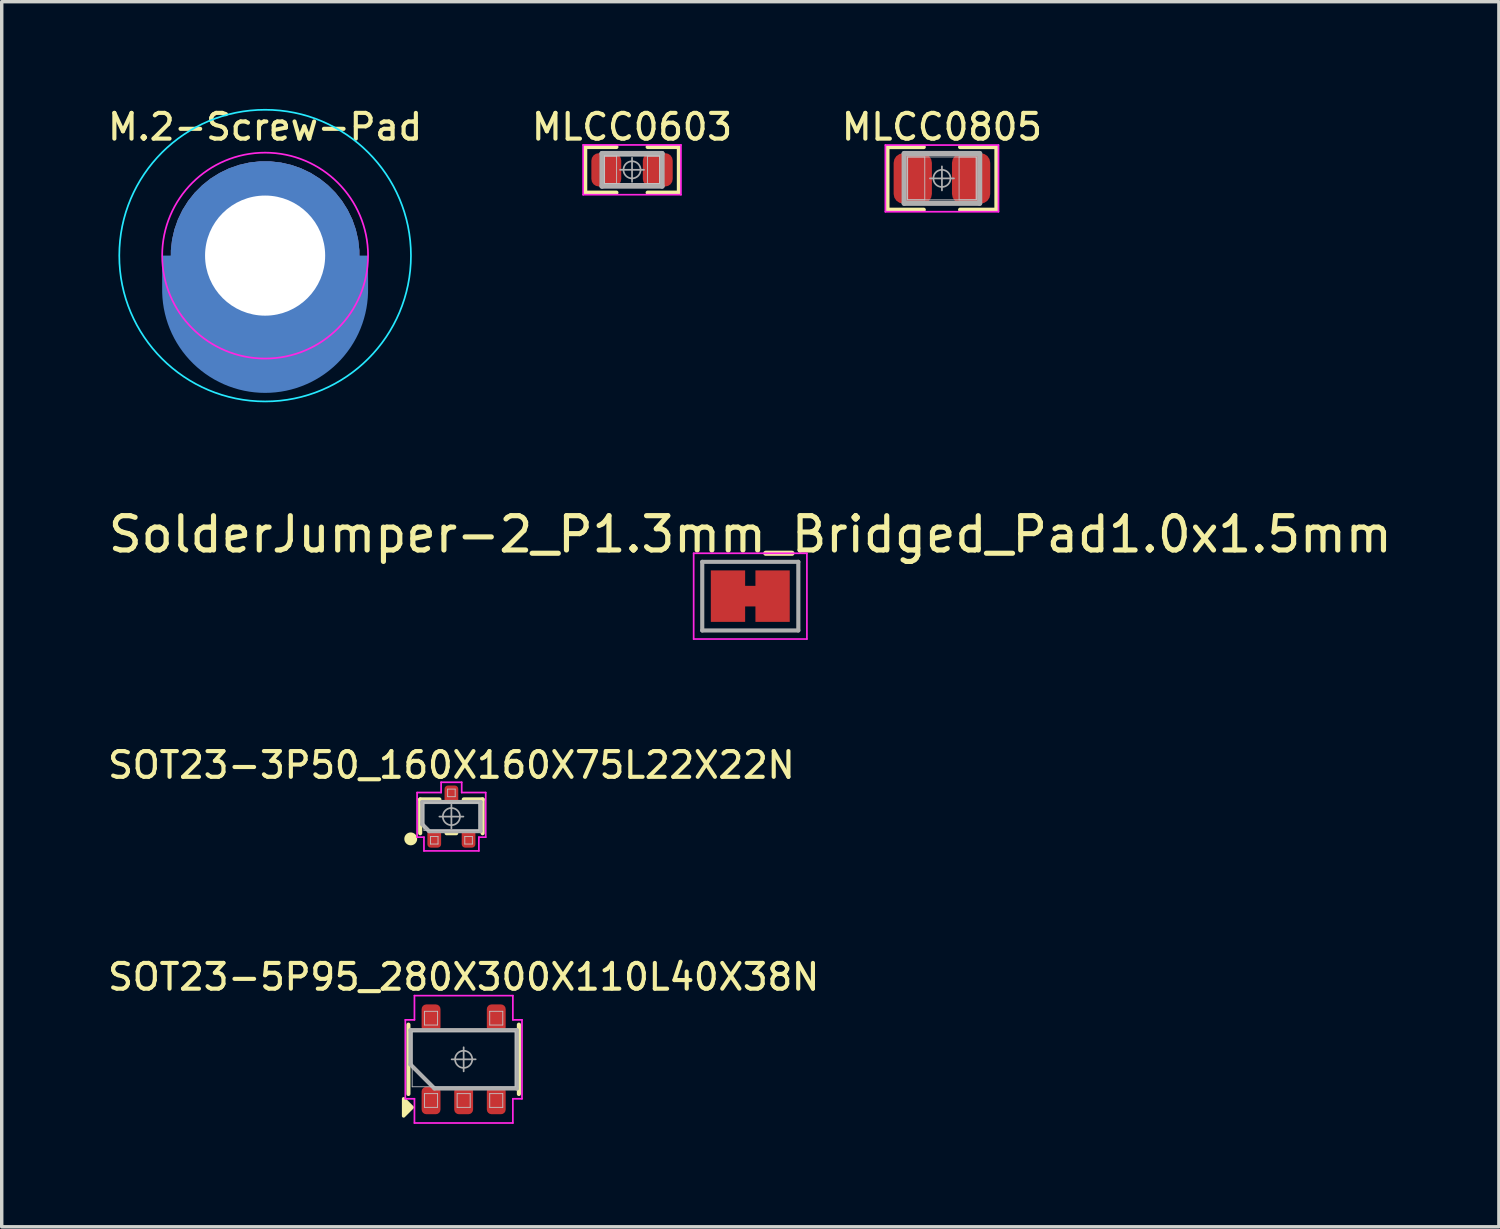
<source format=kicad_pcb>
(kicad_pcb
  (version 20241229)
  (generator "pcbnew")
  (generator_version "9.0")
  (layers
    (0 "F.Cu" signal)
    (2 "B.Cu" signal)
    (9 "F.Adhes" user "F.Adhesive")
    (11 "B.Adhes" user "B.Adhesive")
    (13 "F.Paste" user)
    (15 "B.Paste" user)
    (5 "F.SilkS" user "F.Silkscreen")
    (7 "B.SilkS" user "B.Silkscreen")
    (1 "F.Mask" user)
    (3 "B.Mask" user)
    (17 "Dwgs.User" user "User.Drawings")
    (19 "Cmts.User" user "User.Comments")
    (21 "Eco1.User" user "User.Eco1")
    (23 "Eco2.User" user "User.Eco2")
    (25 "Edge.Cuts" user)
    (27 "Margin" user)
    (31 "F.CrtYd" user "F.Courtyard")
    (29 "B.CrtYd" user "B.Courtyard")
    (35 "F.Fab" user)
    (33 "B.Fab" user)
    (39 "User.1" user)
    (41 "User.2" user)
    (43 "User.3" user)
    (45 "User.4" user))
  (footprint "MLCC0805"
    (layer "F.Cu")
    (at 24.4 2.149)
    (property "Reference" "MLCC0805" (at 0 -1.5 0) (layer "F.SilkS") (effects (font (size 0.75 0.75) (thickness 0.12))))
    (attr smd)
    (fp_line (start -1.588 -0.913) (end -0.529 -0.913) (stroke (width 0.12) (type solid)) (layer "F.SilkS"))
    (fp_line (start -1.588 0.913) (end -1.588 -0.913) (stroke (width 0.12) (type solid)) (layer "F.SilkS"))
    (fp_line (start -0.529 0.913) (end -1.588 0.913) (stroke (width 0.12) (type solid)) (layer "F.SilkS"))
    (fp_line (start 0.529 0.913) (end 1.588 0.913) (stroke (width 0.12) (type solid)) (layer "F.SilkS"))
    (fp_line (start 1.588 -0.913) (end 0.529 -0.913) (stroke (width 0.12) (type solid)) (layer "F.SilkS"))
    (fp_line (start 1.588 0.913) (end 1.588 -0.913) (stroke (width 0.12) (type solid)) (layer "F.SilkS"))
    (fp_line (start -1 -0.625) (end -0.5 -0.625) (stroke (width 0.025) (type solid)) (layer "Dwgs.User"))
    (fp_line (start -1 -0.625) (end 1 -0.625) (stroke (width 0.025) (type solid)) (layer "Dwgs.User"))
    (fp_line (start -1 0.625) (end -1 -0.625) (stroke (width 0.025) (type solid)) (layer "Dwgs.User"))
    (fp_line (start -1 0.625) (end -1 -0.625) (stroke (width 0.025) (type solid)) (layer "Dwgs.User"))
    (fp_line (start -0.5 -0.625) (end -0.5 0.625) (stroke (width 0.025) (type solid)) (layer "Dwgs.User"))
    (fp_line (start -0.5 0.625) (end -1 0.625) (stroke (width 0.025) (type solid)) (layer "Dwgs.User"))
    (fp_line (start 0.5 -0.625) (end 1 -0.625) (stroke (width 0.025) (type solid)) (layer "Dwgs.User"))
    (fp_line (start 0.5 0.625) (end 0.5 -0.625) (stroke (width 0.025) (type solid)) (layer "Dwgs.User"))
    (fp_line (start 1 -0.625) (end 1 0.625) (stroke (width 0.025) (type solid)) (layer "Dwgs.User"))
    (fp_line (start 1 -0.625) (end 1 0.625) (stroke (width 0.025) (type solid)) (layer "Dwgs.User"))
    (fp_line (start 1 0.625) (end -1 0.625) (stroke (width 0.025) (type solid)) (layer "Dwgs.User"))
    (fp_line (start 1 0.625) (end 0.5 0.625) (stroke (width 0.025) (type solid)) (layer "Dwgs.User"))
    (fp_line (start -1.648 -0.972) (end 1.648 -0.972) (stroke (width 0.05) (type solid)) (layer "F.CrtYd"))
    (fp_line (start -1.648 0.972) (end -1.648 -0.972) (stroke (width 0.05) (type solid)) (layer "F.CrtYd"))
    (fp_line (start 1.648 -0.972) (end 1.648 0.972) (stroke (width 0.05) (type solid)) (layer "F.CrtYd"))
    (fp_line (start 1.648 0.972) (end -1.648 0.972) (stroke (width 0.05) (type solid)) (layer "F.CrtYd"))
    (fp_line (start -1.1 -0.725) (end 1.1 -0.725) (stroke (width 0.15) (type solid)) (layer "F.Fab"))
    (fp_line (start -1.1 0.725) (end -1.1 -0.725) (stroke (width 0.15) (type solid)) (layer "F.Fab"))
    (fp_line (start 0 -0.35) (end 0 0.35) (stroke (width 0.05) (type solid)) (layer "F.Fab"))
    (fp_line (start 0.35 0) (end -0.35 0) (stroke (width 0.05) (type solid)) (layer "F.Fab"))
    (fp_line (start 1.1 -0.725) (end 1.1 0.725) (stroke (width 0.15) (type solid)) (layer "F.Fab"))
    (fp_line (start 1.1 0.725) (end -1.1 0.725) (stroke (width 0.15) (type solid)) (layer "F.Fab"))
    (fp_circle (center 0 0) (end 0.25 0) (stroke (width 0.05) (type solid)) (fill no) (layer "F.Fab"))
    (pad "1" smd roundrect (at -0.85 0) (size 1.115 1.465) (layers "F.Cu" "F.Mask" "F.Paste") (roundrect_rratio 0.25))
    (pad "2" smd roundrect (at 0.85 0) (size 1.115 1.465) (layers "F.Cu" "F.Mask" "F.Paste") (roundrect_rratio 0.25)))
  (footprint "MLCC0603"
    (layer "F.Cu")
    (at 15.369 1.899)
    (property "Reference" "MLCC0603" (at 0 -1.25 0) (layer "F.SilkS") (effects (font (size 0.75 0.75) (thickness 0.12))))
    (attr smd)
    (fp_line (start -1.365 -0.665) (end -0.455 -0.665) (stroke (width 0.12) (type solid)) (layer "F.SilkS"))
    (fp_line (start -1.365 0.665) (end -1.365 -0.665) (stroke (width 0.12) (type solid)) (layer "F.SilkS"))
    (fp_line (start -0.455 0.665) (end -1.365 0.665) (stroke (width 0.12) (type solid)) (layer "F.SilkS"))
    (fp_line (start 0.455 0.665) (end 1.365 0.665) (stroke (width 0.12) (type solid)) (layer "F.SilkS"))
    (fp_line (start 1.365 -0.665) (end 0.455 -0.665) (stroke (width 0.12) (type solid)) (layer "F.SilkS"))
    (fp_line (start 1.365 0.665) (end 1.365 -0.665) (stroke (width 0.12) (type solid)) (layer "F.SilkS"))
    (fp_line (start -0.8 -0.4) (end -0.45 -0.4) (stroke (width 0.025) (type solid)) (layer "Dwgs.User"))
    (fp_line (start -0.8 -0.4) (end 0.8 -0.4) (stroke (width 0.025) (type solid)) (layer "Dwgs.User"))
    (fp_line (start -0.8 0.4) (end -0.8 -0.4) (stroke (width 0.025) (type solid)) (layer "Dwgs.User"))
    (fp_line (start -0.8 0.4) (end -0.8 -0.4) (stroke (width 0.025) (type solid)) (layer "Dwgs.User"))
    (fp_line (start -0.45 -0.4) (end -0.45 0.4) (stroke (width 0.025) (type solid)) (layer "Dwgs.User"))
    (fp_line (start -0.45 0.4) (end -0.8 0.4) (stroke (width 0.025) (type solid)) (layer "Dwgs.User"))
    (fp_line (start 0.45 -0.4) (end 0.8 -0.4) (stroke (width 0.025) (type solid)) (layer "Dwgs.User"))
    (fp_line (start 0.45 0.4) (end 0.45 -0.4) (stroke (width 0.025) (type solid)) (layer "Dwgs.User"))
    (fp_line (start 0.8 -0.4) (end 0.8 0.4) (stroke (width 0.025) (type solid)) (layer "Dwgs.User"))
    (fp_line (start 0.8 -0.4) (end 0.8 0.4) (stroke (width 0.025) (type solid)) (layer "Dwgs.User"))
    (fp_line (start 0.8 0.4) (end -0.8 0.4) (stroke (width 0.025) (type solid)) (layer "Dwgs.User"))
    (fp_line (start 0.8 0.4) (end 0.45 0.4) (stroke (width 0.025) (type solid)) (layer "Dwgs.User"))
    (fp_line (start -1.425 -0.725) (end 1.425 -0.725) (stroke (width 0.05) (type solid)) (layer "F.CrtYd"))
    (fp_line (start -1.425 0.725) (end -1.425 -0.725) (stroke (width 0.05) (type solid)) (layer "F.CrtYd"))
    (fp_line (start 1.425 -0.725) (end 1.425 0.725) (stroke (width 0.05) (type solid)) (layer "F.CrtYd"))
    (fp_line (start 1.425 0.725) (end -1.425 0.725) (stroke (width 0.05) (type solid)) (layer "F.CrtYd"))
    (fp_line (start -0.875 -0.475) (end 0.875 -0.475) (stroke (width 0.15) (type solid)) (layer "F.Fab"))
    (fp_line (start -0.875 0.475) (end -0.875 -0.475) (stroke (width 0.15) (type solid)) (layer "F.Fab"))
    (fp_line (start 0 -0.35) (end 0 0.35) (stroke (width 0.05) (type solid)) (layer "F.Fab"))
    (fp_line (start 0.35 0) (end -0.35 0) (stroke (width 0.05) (type solid)) (layer "F.Fab"))
    (fp_line (start 0.875 -0.475) (end 0.875 0.475) (stroke (width 0.15) (type solid)) (layer "F.Fab"))
    (fp_line (start 0.875 0.475) (end -0.875 0.475) (stroke (width 0.15) (type solid)) (layer "F.Fab"))
    (fp_circle (center 0 0) (end 0.25 0) (stroke (width 0.05) (type solid)) (fill no) (layer "F.Fab"))
    (pad "1" smd roundrect (at -0.75 0) (size 0.871 0.97) (layers "F.Cu" "F.Mask" "F.Paste") (roundrect_rratio 0.25))
    (pad "2" smd roundrect (at 0.75 0) (size 0.871 0.97) (layers "F.Cu" "F.Mask" "F.Paste") (roundrect_rratio 0.25)))
  (footprint "M.2-Screw-Pad"
    (layer "F.Cu")
    (at 4.676 4.399)
    (property "Reference" "M.2-Screw-Pad" (at 0 -3.75 0) (unlocked yes) (layer "F.SilkS") (effects (font (size 0.75 0.75) (thickness 0.12))))
    (attr through_hole)
    (fp_circle (center 0 0) (end 0 4.25) (stroke (width 0.05) (type default)) (fill no) (layer "B.CrtYd"))
    (fp_circle (center 0 0) (end 0 3) (stroke (width 0.05) (type default)) (fill no) (layer "F.CrtYd"))
    (pad "1" thru_hole custom (at 0 0) (size 5.5 5.5) (drill 3.5) (property pad_prop_castellated) (layers "*.Cu" "*.Mask") (options (anchor circle)) (primitives (gr_poly (pts (arc (start 2.75 0) (mid 0 2.75) (end -2.75 0))) (width 0) (fill yes))))
    (pad "1" smd custom (at 0 0) (size 5.5 5.5) (property pad_prop_heatsink) (layers "B.Cu" "B.Mask") (options (anchor circle)) (primitives (gr_poly (pts (xy 3 0) (arc (start 3 1) (mid 0 4) (end -3 1)) (xy -3 0)) (width 0) (fill yes)))))
  (footprint "SOT23-5P95_280X300X110L40X38N"
    (layer "F.Cu")
    (at 10.462 27.821)
    (property "Reference" "SOT23-5P95_280X300X110L40X38N" (at 0 -2.4 180) (layer "F.SilkS") (effects (font (size 0.75 0.75) (thickness 0.12))))
    (attr smd)
    (fp_line (start -1.61 1.01) (end -1.61 -1.01) (stroke (width 0.12) (type solid)) (layer "F.SilkS"))
    (fp_line (start 1.61 -1.01) (end 1.61 1.01) (stroke (width 0.12) (type solid)) (layer "F.SilkS"))
    (fp_poly (pts (xy -1.5 1.4) (xy -1.75 1.65) (xy -1.75 1.15)) (stroke (width 0.1) (type solid)) (fill yes) (layer "F.SilkS"))
    (fp_line (start -1.5 -0.8) (end 1.5 -0.8) (stroke (width 0.025) (type solid)) (layer "Dwgs.User"))
    (fp_line (start -1.5 0.8) (end -1.5 -0.8) (stroke (width 0.025) (type solid)) (layer "Dwgs.User"))
    (fp_line (start -1.14 -1.4) (end -0.76 -1.4) (stroke (width 0.025) (type solid)) (layer "Dwgs.User"))
    (fp_line (start -1.14 -1) (end -1.14 -1.4) (stroke (width 0.025) (type solid)) (layer "Dwgs.User"))
    (fp_line (start -1.14 1) (end -0.76 1) (stroke (width 0.025) (type solid)) (layer "Dwgs.User"))
    (fp_line (start -1.14 1.4) (end -1.14 1) (stroke (width 0.025) (type solid)) (layer "Dwgs.User"))
    (fp_line (start -0.76 -1.4) (end -0.76 -1) (stroke (width 0.025) (type solid)) (layer "Dwgs.User"))
    (fp_line (start -0.76 -1) (end -1.14 -1) (stroke (width 0.025) (type solid)) (layer "Dwgs.User"))
    (fp_line (start -0.76 1) (end -0.76 1.4) (stroke (width 0.025) (type solid)) (layer "Dwgs.User"))
    (fp_line (start -0.76 1.4) (end -1.14 1.4) (stroke (width 0.025) (type solid)) (layer "Dwgs.User"))
    (fp_line (start -0.19 1) (end 0.19 1) (stroke (width 0.025) (type solid)) (layer "Dwgs.User"))
    (fp_line (start -0.19 1.4) (end -0.19 1) (stroke (width 0.025) (type solid)) (layer "Dwgs.User"))
    (fp_line (start 0.19 1) (end 0.19 1.4) (stroke (width 0.025) (type solid)) (layer "Dwgs.User"))
    (fp_line (start 0.19 1.4) (end -0.19 1.4) (stroke (width 0.025) (type solid)) (layer "Dwgs.User"))
    (fp_line (start 0.76 -1.4) (end 1.14 -1.4) (stroke (width 0.025) (type solid)) (layer "Dwgs.User"))
    (fp_line (start 0.76 -1) (end 0.76 -1.4) (stroke (width 0.025) (type solid)) (layer "Dwgs.User"))
    (fp_line (start 0.76 1) (end 1.14 1) (stroke (width 0.025) (type solid)) (layer "Dwgs.User"))
    (fp_line (start 0.76 1.4) (end 0.76 1) (stroke (width 0.025) (type solid)) (layer "Dwgs.User"))
    (fp_line (start 1.14 -1.4) (end 1.14 -1) (stroke (width 0.025) (type solid)) (layer "Dwgs.User"))
    (fp_line (start 1.14 -1) (end 0.76 -1) (stroke (width 0.025) (type solid)) (layer "Dwgs.User"))
    (fp_line (start 1.14 1) (end 1.14 1.4) (stroke (width 0.025) (type solid)) (layer "Dwgs.User"))
    (fp_line (start 1.14 1.4) (end 0.76 1.4) (stroke (width 0.025) (type solid)) (layer "Dwgs.User"))
    (fp_line (start 1.5 -0.8) (end 1.5 0.8) (stroke (width 0.025) (type solid)) (layer "Dwgs.User"))
    (fp_line (start 1.5 0.8) (end -1.5 0.8) (stroke (width 0.025) (type solid)) (layer "Dwgs.User"))
    (fp_line (start -1.7 -1.15) (end -1.7 1.15) (stroke (width 0.05) (type solid)) (layer "F.CrtYd"))
    (fp_line (start -1.7 1.15) (end -1.434 1.15) (stroke (width 0.05) (type solid)) (layer "F.CrtYd"))
    (fp_line (start -1.434 -1.856) (end -1.434 -1.15) (stroke (width 0.05) (type solid)) (layer "F.CrtYd"))
    (fp_line (start -1.434 -1.15) (end -1.7 -1.15) (stroke (width 0.05) (type solid)) (layer "F.CrtYd"))
    (fp_line (start -1.434 1.15) (end -1.434 1.856) (stroke (width 0.05) (type solid)) (layer "F.CrtYd"))
    (fp_line (start -1.434 1.856) (end 1.434 1.856) (stroke (width 0.05) (type solid)) (layer "F.CrtYd"))
    (fp_line (start 1.434 -1.856) (end -1.434 -1.856) (stroke (width 0.05) (type solid)) (layer "F.CrtYd"))
    (fp_line (start 1.434 -1.15) (end 1.434 -1.856) (stroke (width 0.05) (type solid)) (layer "F.CrtYd"))
    (fp_line (start 1.434 1.15) (end 1.7 1.15) (stroke (width 0.05) (type solid)) (layer "F.CrtYd"))
    (fp_line (start 1.434 1.856) (end 1.434 1.15) (stroke (width 0.05) (type solid)) (layer "F.CrtYd"))
    (fp_line (start 1.7 -1.15) (end 1.434 -1.15) (stroke (width 0.05) (type solid)) (layer "F.CrtYd"))
    (fp_line (start 1.7 1.15) (end 1.7 -1.15) (stroke (width 0.05) (type solid)) (layer "F.CrtYd"))
    (fp_line (start -1.55 -0.85) (end 1.55 -0.85) (stroke (width 0.12) (type solid)) (layer "F.Fab"))
    (fp_line (start -1.55 0.15) (end -1.55 -0.85) (stroke (width 0.12) (type solid)) (layer "F.Fab"))
    (fp_line (start -0.85 0.85) (end -1.55 0.15) (stroke (width 0.12) (type solid)) (layer "F.Fab"))
    (fp_line (start 0 0.35) (end 0 -0.35) (stroke (width 0.05) (type solid)) (layer "F.Fab"))
    (fp_line (start 0.35 0) (end -0.35 0) (stroke (width 0.05) (type solid)) (layer "F.Fab"))
    (fp_line (start 1.55 -0.85) (end 1.55 0.85) (stroke (width 0.12) (type solid)) (layer "F.Fab"))
    (fp_line (start 1.55 0.85) (end -0.85 0.85) (stroke (width 0.12) (type solid)) (layer "F.Fab"))
    (fp_circle (center 0 0) (end -0.25 0) (stroke (width 0.05) (type solid)) (fill no) (layer "F.Fab"))
    (pad "1" smd roundrect (at -0.95 1.2 270) (size 0.8 0.55) (layers "F.Cu" "F.Mask" "F.Paste") (roundrect_rratio 0.25))
    (pad "2" smd roundrect (at 0 1.2 270) (size 0.8 0.55) (layers "F.Cu" "F.Mask" "F.Paste") (roundrect_rratio 0.25))
    (pad "3" smd roundrect (at 0.95 1.2 270) (size 0.8 0.55) (layers "F.Cu" "F.Mask" "F.Paste") (roundrect_rratio 0.25))
    (pad "4" smd roundrect (at 0.95 -1.2 270) (size 0.8 0.55) (layers "F.Cu" "F.Mask" "F.Paste") (roundrect_rratio 0.25))
    (pad "5" smd roundrect (at -0.95 -1.2 270) (size 0.8 0.55) (layers "F.Cu" "F.Mask" "F.Paste") (roundrect_rratio 0.25)))
  (footprint "SolderJumper-2_P1.3mm_Bridged_Pad1.0x1.5mm"
    (layer "F.Cu")
    (at 18.815 14.323)
    (property "Reference" "SolderJumper-2_P1.3mm_Bridged_Pad1.0x1.5mm" (at 0 -1.8 0) (layer "F.SilkS") (effects (font (size 1 1) (thickness 0.15))))
    (attr exclude_from_pos_files exclude_from_bom)
    (fp_poly (pts (xy -0.25 -0.3) (xy 0.25 -0.3) (xy 0.25 0.3) (xy -0.25 0.3)) (stroke (width 0) (type solid)) (fill yes) (layer "F.Cu"))
    (fp_line (start -1.65 -1.25) (end -1.65 1.25) (stroke (width 0.05) (type solid)) (layer "F.CrtYd"))
    (fp_line (start -1.65 -1.25) (end 1.65 -1.25) (stroke (width 0.05) (type solid)) (layer "F.CrtYd"))
    (fp_line (start 1.65 1.25) (end -1.65 1.25) (stroke (width 0.05) (type solid)) (layer "F.CrtYd"))
    (fp_line (start 1.65 1.25) (end 1.65 -1.25) (stroke (width 0.05) (type solid)) (layer "F.CrtYd"))
    (fp_line (start -1.4 -1) (end 1.4 -1) (stroke (width 0.12) (type solid)) (layer "F.Fab"))
    (fp_line (start -1.4 1) (end -1.4 -1) (stroke (width 0.12) (type solid)) (layer "F.Fab"))
    (fp_line (start 1.4 -1) (end 1.4 1) (stroke (width 0.12) (type solid)) (layer "F.Fab"))
    (fp_line (start 1.4 1) (end -1.4 1) (stroke (width 0.12) (type solid)) (layer "F.Fab"))
    (pad "1" smd rect (at -0.65 0) (size 1 1.5) (layers "F.Cu" "F.Mask"))
    (pad "2" smd rect (at 0.65 0) (size 1 1.5) (layers "F.Cu" "F.Mask")))
  (footprint "SOT23-3P50_160X160X75L22X22N"
    (layer "F.Cu")
    (at 10.105 20.747)
    (property "Reference" "SOT23-3P50_160X160X75L22X22N" (at 0 -1.5 0) (layer "F.SilkS") (effects (font (size 0.75 0.75) (thickness 0.12))))
    (attr smd)
    (fp_line (start -0.91 -0.5) (end -0.35 -0.5) (stroke (width 0.12) (type solid)) (layer "F.SilkS"))
    (fp_line (start -0.91 0.485) (end -0.91 -0.5) (stroke (width 0.12) (type solid)) (layer "F.SilkS"))
    (fp_line (start 0.14 0.485) (end -0.14 0.485) (stroke (width 0.12) (type solid)) (layer "F.SilkS"))
    (fp_line (start 0.36 -0.5) (end 0.91 -0.5) (stroke (width 0.12) (type solid)) (layer "F.SilkS"))
    (fp_line (start 0.91 -0.5) (end 0.91 0.485) (stroke (width 0.12) (type solid)) (layer "F.SilkS"))
    (fp_circle (center -1.185 0.65) (end -1.06 0.65) (stroke (width 0.125) (type solid)) (fill yes) (layer "F.SilkS"))
    (fp_line (start -0.8 -0.4) (end 0.8 -0.4) (stroke (width 0.025) (type solid)) (layer "Dwgs.User"))
    (fp_line (start -0.8 0.4) (end -0.8 -0.4) (stroke (width 0.025) (type solid)) (layer "Dwgs.User"))
    (fp_line (start -0.61 0.58) (end -0.39 0.58) (stroke (width 0.025) (type solid)) (layer "Dwgs.User"))
    (fp_line (start -0.61 0.8) (end -0.61 0.58) (stroke (width 0.025) (type solid)) (layer "Dwgs.User"))
    (fp_line (start -0.39 0.58) (end -0.39 0.8) (stroke (width 0.025) (type solid)) (layer "Dwgs.User"))
    (fp_line (start -0.39 0.8) (end -0.61 0.8) (stroke (width 0.025) (type solid)) (layer "Dwgs.User"))
    (fp_line (start -0.11 -0.8) (end 0.11 -0.8) (stroke (width 0.025) (type solid)) (layer "Dwgs.User"))
    (fp_line (start -0.11 -0.58) (end -0.11 -0.8) (stroke (width 0.025) (type solid)) (layer "Dwgs.User"))
    (fp_line (start 0.11 -0.8) (end 0.11 -0.58) (stroke (width 0.025) (type solid)) (layer "Dwgs.User"))
    (fp_line (start 0.11 -0.58) (end -0.11 -0.58) (stroke (width 0.025) (type solid)) (layer "Dwgs.User"))
    (fp_line (start 0.39 0.8) (end 0.39 0.58) (stroke (width 0.025) (type solid)) (layer "Dwgs.User"))
    (fp_line (start 0.39 0.8) (end 0.61 0.8) (stroke (width 0.025) (type solid)) (layer "Dwgs.User"))
    (fp_line (start 0.61 0.58) (end 0.39 0.58) (stroke (width 0.025) (type solid)) (layer "Dwgs.User"))
    (fp_line (start 0.61 0.58) (end 0.61 0.8) (stroke (width 0.025) (type solid)) (layer "Dwgs.User"))
    (fp_line (start 0.8 -0.4) (end 0.8 0.4) (stroke (width 0.025) (type solid)) (layer "Dwgs.User"))
    (fp_line (start 0.8 0.4) (end -0.8 0.4) (stroke (width 0.025) (type solid)) (layer "Dwgs.User"))
    (fp_line (start -1 -0.7) (end -1 0.6) (stroke (width 0.05) (type solid)) (layer "F.CrtYd"))
    (fp_line (start -1 0.6) (end -0.8 0.6) (stroke (width 0.05) (type solid)) (layer "F.CrtYd"))
    (fp_line (start -0.8 0.6) (end -0.8 1) (stroke (width 0.05) (type solid)) (layer "F.CrtYd"))
    (fp_line (start -0.8 1) (end 0.8 1) (stroke (width 0.05) (type solid)) (layer "F.CrtYd"))
    (fp_line (start -0.3 -1) (end -0.3 -0.7) (stroke (width 0.05) (type solid)) (layer "F.CrtYd"))
    (fp_line (start -0.3 -0.7) (end -1 -0.7) (stroke (width 0.05) (type solid)) (layer "F.CrtYd"))
    (fp_line (start 0.3 -1) (end -0.3 -1) (stroke (width 0.05) (type solid)) (layer "F.CrtYd"))
    (fp_line (start 0.3 -0.7) (end 0.3 -1) (stroke (width 0.05) (type solid)) (layer "F.CrtYd"))
    (fp_line (start 0.8 0.6) (end 1 0.6) (stroke (width 0.05) (type solid)) (layer "F.CrtYd"))
    (fp_line (start 0.8 1) (end 0.8 0.6) (stroke (width 0.05) (type solid)) (layer "F.CrtYd"))
    (fp_line (start 1 -0.7) (end 0.3 -0.7) (stroke (width 0.05) (type solid)) (layer "F.CrtYd"))
    (fp_line (start 1 0.6) (end 1 -0.7) (stroke (width 0.05) (type solid)) (layer "F.CrtYd"))
    (fp_line (start -0.85 -0.425) (end 0.85 -0.425) (stroke (width 0.12) (type solid)) (layer "F.Fab"))
    (fp_line (start -0.85 0.225) (end -0.85 -0.425) (stroke (width 0.12) (type solid)) (layer "F.Fab"))
    (fp_line (start -0.65 0.425) (end -0.85 0.225) (stroke (width 0.12) (type solid)) (layer "F.Fab"))
    (fp_line (start -0.35 0) (end 0.35 0) (stroke (width 0.05) (type solid)) (layer "F.Fab"))
    (fp_line (start 0 -0.35) (end 0 0.35) (stroke (width 0.05) (type solid)) (layer "F.Fab"))
    (fp_line (start 0.85 -0.425) (end 0.85 0.425) (stroke (width 0.12) (type solid)) (layer "F.Fab"))
    (fp_line (start 0.85 0.425) (end -0.65 0.425) (stroke (width 0.12) (type solid)) (layer "F.Fab"))
    (fp_circle (center 0 0) (end 0.25 0) (stroke (width 0.05) (type solid)) (fill no) (layer "F.Fab"))
    (pad "1" smd roundrect (at -0.5 0.65) (size 0.4 0.51) (layers "F.Cu" "F.Mask" "F.Paste") (roundrect_rratio 0.25))
    (pad "2" smd roundrect (at 0.5 0.65) (size 0.4 0.51) (layers "F.Cu" "F.Mask" "F.Paste") (roundrect_rratio 0.25))
    (pad "3" smd roundrect (at 0 -0.65) (size 0.4 0.51) (layers "F.Cu" "F.Mask" "F.Paste") (roundrect_rratio 0.25)))
  (gr_rect
    (start -3 -3)
    (end 40.631 32.702)
    (stroke (width 0.1) (type default))
    (fill no)
    (layer "Edge.Cuts")))
</source>
